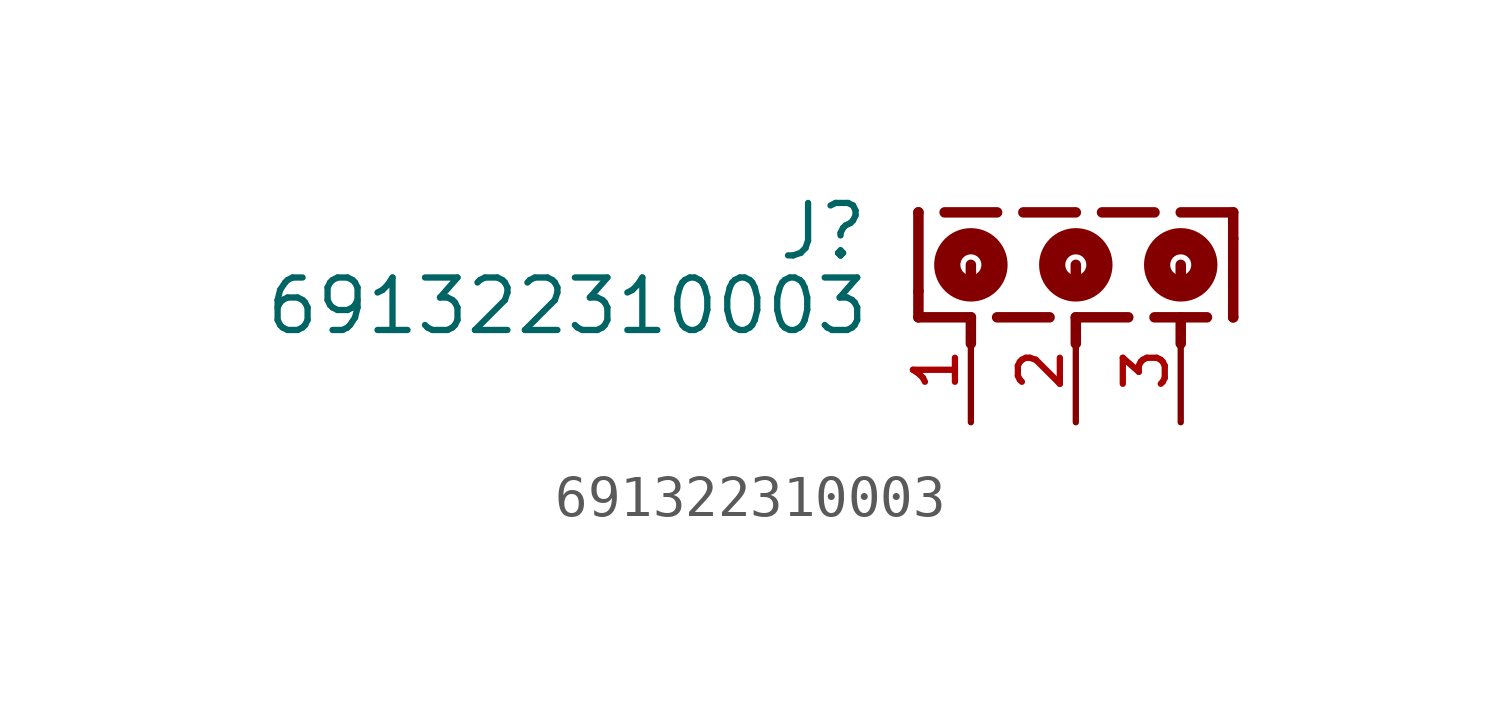
<source format=kicad_sym>
(kicad_symbol_lib
  (version 20211014)
  (generator kicad_symbol_editor)
  (symbol "691322310003"
    (pin_names
      (offset 1.016))
    (property "Reference" "J"
      (at -4.99 -1.205 0)
      (effects (font (size 1.27 1.27)) (justify bottom right)))
    (property "Value" "691322310003"
      (at -4.95 -3.01 0)
      (effects (font (size 1.27 1.27)) (justify bottom right)))
    (symbol "691322310003_0_0"
      (circle (center -2.54 -1.27) (radius 0.254) (stroke (width 0.635)) (fill (type none)))
      (circle (center 0.0 -1.27) (radius 0.254) (stroke (width 0.635)) (fill (type none)))
      (circle (center 2.54 -1.27) (radius 0.254) (stroke (width 0.635)) (fill (type none)))
      (polyline (pts (xy -3.81 -2.54) (xy -2.54 -2.54)) (stroke (width 0.254)))
      (polyline (pts (xy -1.905 -2.54) (xy -0.635 -2.54)) (stroke (width 0.254)))
      (polyline (pts (xy 0.0 -2.54) (xy 1.27 -2.54)) (stroke (width 0.254)))
      (polyline (pts (xy 1.905 -2.54) (xy 3.175 -2.54)) (stroke (width 0.254)))
      (polyline (pts (xy 3.81 -2.54) (xy 3.81 -2.54)) (stroke (width 0.254)))
      (polyline (pts (xy 3.81 -2.54) (xy 3.81 -0.635)) (stroke (width 0.254)))
      (polyline (pts (xy 3.81 -0.635) (xy 3.81 0.0)) (stroke (width 0.254)))
      (polyline (pts (xy 3.81 0.0) (xy 2.54 0.0)) (stroke (width 0.254)))
      (polyline (pts (xy 1.905 0.0) (xy 0.635 0.0)) (stroke (width 0.254)))
      (polyline (pts (xy 0.0 0.0) (xy -1.27 0.0)) (stroke (width 0.254)))
      (polyline (pts (xy -1.905 0.0) (xy -3.175 0.0)) (stroke (width 0.254)))
      (polyline (pts (xy -3.81 0.0) (xy -3.81 0.0)) (stroke (width 0.254)))
      (polyline (pts (xy -3.81 0.0) (xy -3.81 -1.905)) (stroke (width 0.254)))
      (polyline (pts (xy -3.81 -1.905) (xy -3.81 -2.54)) (stroke (width 0.254)))
      (polyline (pts (xy -2.54 -1.27) (xy -2.54 -1.905)) (stroke (width 0.254)))
      (polyline (pts (xy -2.54 -3.175) (xy -2.54 -2.54)) (stroke (width 0.254)))
      (polyline (pts (xy 0.0 -1.27) (xy 0.0 -1.905)) (stroke (width 0.254)))
      (polyline (pts (xy 0.0 -3.175) (xy 0.0 -2.54)) (stroke (width 0.254)))
      (polyline (pts (xy 2.54 -1.27) (xy 2.54 -1.905)) (stroke (width 0.254)))
      (polyline (pts (xy 2.54 -3.175) (xy 2.54 -2.54)) (stroke (width 0.254)))
      (pin passive line (at -2.54 -5.08 90.0) (length 2.54) (name "~" (effects (font (size 1.016 1.016)))) (number "1" (effects (font (size 1.016 1.016)))))
      (pin passive line (at 0.0 -5.08 90.0) (length 2.54) (name "~" (effects (font (size 1.016 1.016)))) (number "2" (effects (font (size 1.016 1.016)))))
      (pin passive line (at 2.54 -5.08 90.0) (length 2.54) (name "~" (effects (font (size 1.016 1.016)))) (number "3" (effects (font (size 1.016 1.016))))))))
</source>
